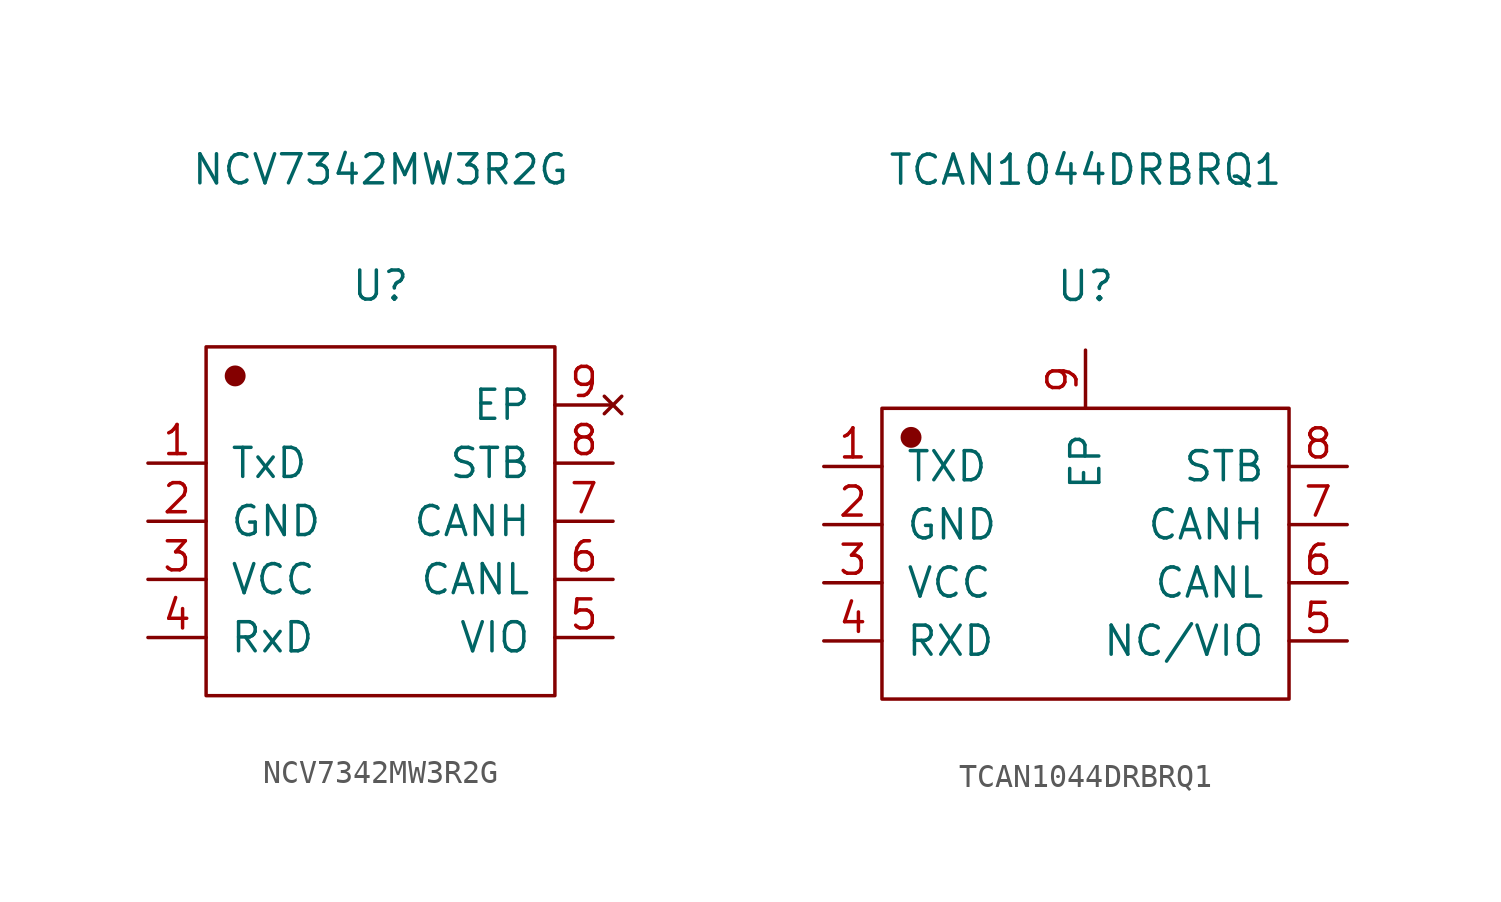
<source format=kicad_sym>
(kicad_symbol_lib
  (version 20241209)
  (generator "kicad_symbol_editor")
  (generator_version "9.0")
  (symbol "NCV7342MW3R2G"
    (pin_names
      (offset 1.016))
    (property "Reference" "U"
      (at 0 10.287 0)
      (effects (font (size 1.27 1.27))))
    (property "Value" "NCV7342MW3R2G"
      (at 0 15.367 0)
      (effects (font (size 1.27 1.27))))
    (symbol "NCV7342MW3R2G_1_1"
      (rectangle (start -7.62 7.62) (end 7.62 -7.62) (stroke (width 0.152) (type solid)) (fill (type none)))
      (circle (center -6.35 6.35) (radius 0.381) (stroke (width 0.152) (type solid)) (fill (type outline)))
      (pin output line (at -10.16 2.54 0) (length 2.54) (name "TxD" (effects (font (size 1.27 1.27)))) (number "1" (effects (font (size 1.27 1.27)))))
      (pin power_in line (at -10.16 0 0) (length 2.54) (name "GND" (effects (font (size 1.27 1.27)))) (number "2" (effects (font (size 1.27 1.27)))))
      (pin power_in line (at -10.16 -2.54 0) (length 2.54) (name "VCC" (effects (font (size 1.27 1.27)))) (number "3" (effects (font (size 1.27 1.27)))))
      (pin input line (at -10.16 -5.08 0) (length 2.54) (name "RxD" (effects (font (size 1.27 1.27)))) (number "4" (effects (font (size 1.27 1.27)))))
      (pin no_connect line (at 10.16 5.08 180) (length 2.54) (name "EP" (effects (font (size 1.27 1.27)))) (number "9" (effects (font (size 1.27 1.27)))))
      (pin input line (at 10.16 2.54 180) (length 2.54) (name "STB" (effects (font (size 1.27 1.27)))) (number "8" (effects (font (size 1.27 1.27)))))
      (pin bidirectional line (at 10.16 0 180) (length 2.54) (name "CANH" (effects (font (size 1.27 1.27)))) (number "7" (effects (font (size 1.27 1.27)))))
      (pin bidirectional line (at 10.16 -2.54 180) (length 2.54) (name "CANL" (effects (font (size 1.27 1.27)))) (number "6" (effects (font (size 1.27 1.27)))))
      (pin power_in line (at 10.16 -5.08 180) (length 2.54) (name "VIO" (effects (font (size 1.27 1.27)))) (number "5" (effects (font (size 1.27 1.27)))))))
  (symbol "TCAN1044DRBRQ1"
    (pin_names
      (offset 1.016))
    (property "Reference" "U"
      (at 0 11.684 0)
      (effects (font (size 1.27 1.27))))
    (property "Value" "TCAN1044DRBRQ1"
      (at 0 16.764 0)
      (effects (font (size 1.27 1.27))))
    (symbol "TCAN1044DRBRQ1_1_1"
      (rectangle (start -8.89 6.35) (end 8.89 -6.35) (stroke (width 0.152) (type solid)) (fill (type none)))
      (circle (center -7.62 5.08) (radius 0.381) (stroke (width 0.152) (type solid)) (fill (type outline)))
      (pin output line (at -11.43 3.81 0) (length 2.54) (name "TXD" (effects (font (size 1.27 1.27)))) (number "1" (effects (font (size 1.27 1.27)))))
      (pin power_in line (at -11.43 1.27 0) (length 2.54) (name "GND" (effects (font (size 1.27 1.27)))) (number "2" (effects (font (size 1.27 1.27)))))
      (pin power_in line (at -11.43 -1.27 0) (length 2.54) (name "VCC" (effects (font (size 1.27 1.27)))) (number "3" (effects (font (size 1.27 1.27)))))
      (pin input line (at -11.43 -3.81 0) (length 2.54) (name "RXD" (effects (font (size 1.27 1.27)))) (number "4" (effects (font (size 1.27 1.27)))))
      (pin power_in line (at 0 8.89 270) (length 2.54) (name "EP" (effects (font (size 1.27 1.27)))) (number "9" (effects (font (size 1.27 1.27)))))
      (pin input line (at 11.43 3.81 180) (length 2.54) (name "STB" (effects (font (size 1.27 1.27)))) (number "8" (effects (font (size 1.27 1.27)))))
      (pin bidirectional line (at 11.43 1.27 180) (length 2.54) (name "CANH" (effects (font (size 1.27 1.27)))) (number "7" (effects (font (size 1.27 1.27)))))
      (pin bidirectional line (at 11.43 -1.27 180) (length 2.54) (name "CANL" (effects (font (size 1.27 1.27)))) (number "6" (effects (font (size 1.27 1.27)))))
      (pin power_in line (at 11.43 -3.81 180) (length 2.54) (name "NC/VIO" (effects (font (size 1.27 1.27)))) (number "5" (effects (font (size 1.27 1.27))))))))
</source>
